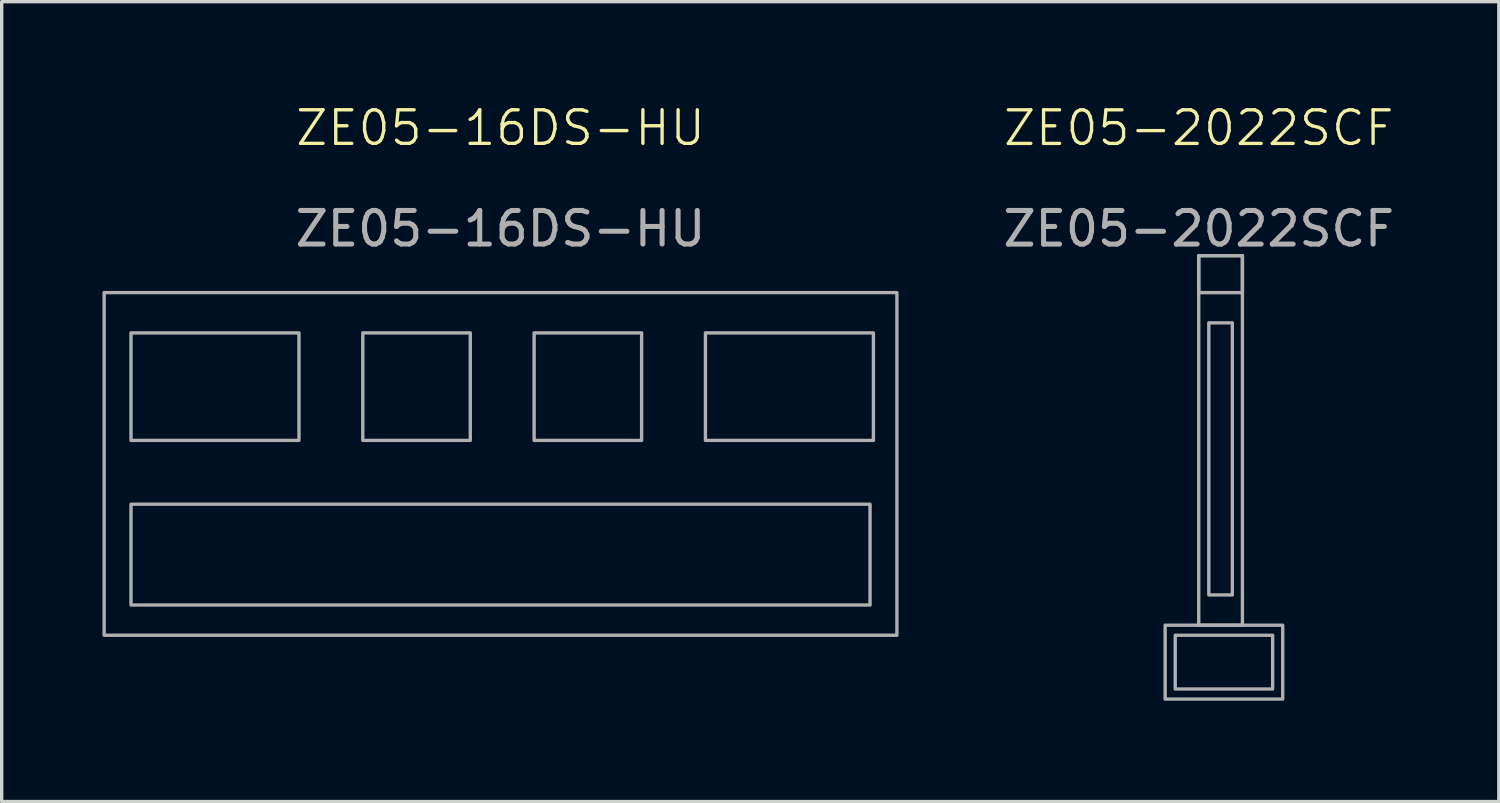
<source format=kicad_pcb>
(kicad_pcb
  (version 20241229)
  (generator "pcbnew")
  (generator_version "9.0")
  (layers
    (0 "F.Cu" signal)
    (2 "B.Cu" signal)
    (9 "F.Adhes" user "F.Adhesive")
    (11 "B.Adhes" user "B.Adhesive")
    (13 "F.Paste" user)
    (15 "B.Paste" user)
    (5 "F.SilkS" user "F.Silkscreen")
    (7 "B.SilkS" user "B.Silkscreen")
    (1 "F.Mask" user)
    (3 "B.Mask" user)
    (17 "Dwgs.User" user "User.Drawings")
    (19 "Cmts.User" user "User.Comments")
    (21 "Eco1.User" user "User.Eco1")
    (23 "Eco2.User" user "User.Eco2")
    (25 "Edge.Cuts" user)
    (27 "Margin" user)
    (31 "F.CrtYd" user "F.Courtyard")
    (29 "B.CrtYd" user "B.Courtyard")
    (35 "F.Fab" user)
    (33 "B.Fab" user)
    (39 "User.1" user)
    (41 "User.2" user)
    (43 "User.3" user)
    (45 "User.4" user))
  (footprint "ZE05-16DS-HU"
    (layer "F.Cu")
    (at 11.85 10.96)
    (property "Reference" "ZE05-16DS-HU" (at 0 -10.2 0) (unlocked yes) (layer "F.SilkS") (effects (font (size 1 1) (thickness 0.1))))
    (fp_rect (start -11.8 -5.3) (end 11.8 4.9) (stroke (width 0.1) (type default)) (fill no) (layer "F.Fab"))
    (fp_rect (start -11 -4.1) (end -6 -0.9) (stroke (width 0.1) (type default)) (fill no) (layer "F.Fab"))
    (fp_rect (start -11 1) (end 11 4) (stroke (width 0.1) (type default)) (fill no) (layer "F.Fab"))
    (fp_rect (start -4.1 -4.1) (end -0.9 -0.9) (stroke (width 0.1) (type default)) (fill no) (layer "F.Fab"))
    (fp_rect (start 4.2 -0.9) (end 1 -4.1) (stroke (width 0.1) (type default)) (fill no) (layer "F.Fab"))
    (fp_rect (start 11.1 -0.9) (end 6.1 -4.1) (stroke (width 0.1) (type default)) (fill no) (layer "F.Fab"))
    (fp_text user "${REFERENCE}" (at 0 -7.2 0) (unlocked yes) (layer "F.Fab") (effects (font (size 1 1) (thickness 0.15)))))
  (footprint "ZE05-2022SCF"
    (layer "F.Cu")
    (at 32.635 4.561)
    (property "Reference" "ZE05-2022SCF" (at 0 -3.8 0) (unlocked yes) (layer "F.SilkS") (effects (font (size 1 1) (thickness 0.1))))
    (attr smd)
    (fp_rect (start -1 11) (end 2.5 13.2) (stroke (width 0.1) (type default)) (fill no) (layer "F.Fab"))
    (fp_rect (start -0.7 11.3) (end 2.2 12.9) (stroke (width 0.1) (type default)) (fill no) (layer "F.Fab"))
    (fp_rect (start 0 0) (end 1.3 1.1) (stroke (width 0.1) (type default)) (fill no) (layer "F.Fab"))
    (fp_rect (start 0 0) (end 1.3 11) (stroke (width 0.1) (type default)) (fill no) (layer "F.Fab"))
    (fp_rect (start 0.3 2) (end 1 10.1) (stroke (width 0.1) (type default)) (fill no) (layer "F.Fab"))
    (fp_text user "${REFERENCE}" (at 0 -0.8 0) (unlocked yes) (layer "F.Fab") (effects (font (size 1 1) (thickness 0.15)))))
  (gr_rect
    (start -3 -3)
    (end 41.569 20.811)
    (stroke (width 0.1) (type default))
    (fill no)
    (layer "Edge.Cuts")))
</source>
